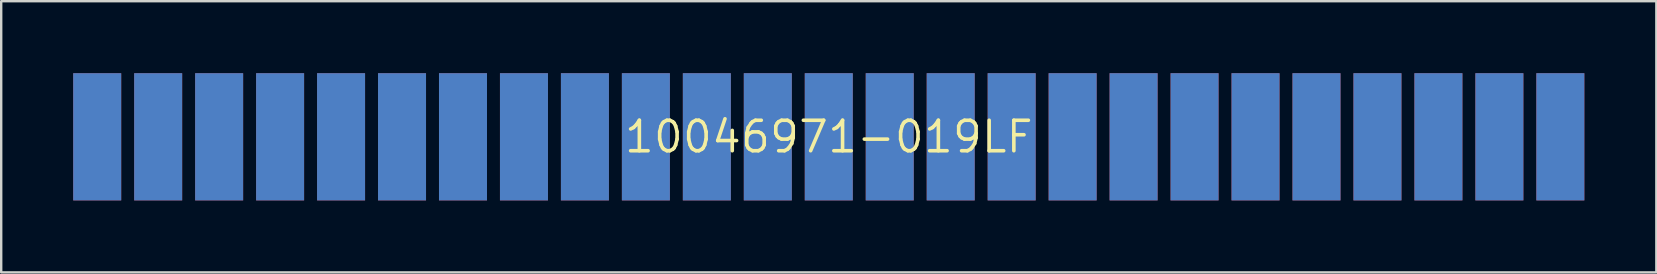
<source format=kicad_pcb>
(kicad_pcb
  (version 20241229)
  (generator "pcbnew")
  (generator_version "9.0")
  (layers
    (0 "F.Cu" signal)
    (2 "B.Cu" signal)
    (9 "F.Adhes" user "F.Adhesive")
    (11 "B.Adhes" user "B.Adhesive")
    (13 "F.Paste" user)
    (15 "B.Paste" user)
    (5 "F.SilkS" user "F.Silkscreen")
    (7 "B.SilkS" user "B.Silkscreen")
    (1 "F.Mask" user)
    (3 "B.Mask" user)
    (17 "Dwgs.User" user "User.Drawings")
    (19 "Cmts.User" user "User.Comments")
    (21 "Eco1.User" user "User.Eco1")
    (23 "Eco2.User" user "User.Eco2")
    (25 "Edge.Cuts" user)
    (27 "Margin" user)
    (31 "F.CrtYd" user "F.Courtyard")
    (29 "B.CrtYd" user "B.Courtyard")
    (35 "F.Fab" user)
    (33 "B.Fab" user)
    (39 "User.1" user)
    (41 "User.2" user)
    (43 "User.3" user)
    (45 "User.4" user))
  (footprint "10046971-019LF"
    (layer "F.Cu")
    (at 31.48 2.65)
    (property "Reference" "10046971-019LF" (at 0 0 0) (layer "F.SilkS") (effects (font (size 1.27 1.27) (thickness 0.15))))
    (attr through_hole)
    (pad "P$1" smd rect (at -30.48 0) (size 2 5.3) (layers "F.Cu" "F.Mask" "F.Paste"))
    (pad "P$2" smd rect (at -27.94 0) (size 2 5.3) (layers "F.Cu" "F.Mask" "F.Paste"))
    (pad "P$3" smd rect (at -25.4 0) (size 2 5.3) (layers "F.Cu" "F.Mask" "F.Paste"))
    (pad "P$4" smd rect (at -22.86 0) (size 2 5.3) (layers "F.Cu" "F.Mask" "F.Paste"))
    (pad "P$5" smd rect (at -20.32 0) (size 2 5.3) (layers "F.Cu" "F.Mask" "F.Paste"))
    (pad "P$6" smd rect (at -17.78 0) (size 2 5.3) (layers "F.Cu" "F.Mask" "F.Paste"))
    (pad "P$7" smd rect (at -15.24 0) (size 2 5.3) (layers "F.Cu" "F.Mask" "F.Paste"))
    (pad "P$8" smd rect (at -12.7 0) (size 2 5.3) (layers "F.Cu" "F.Mask" "F.Paste"))
    (pad "P$9" smd rect (at -10.16 0) (size 2 5.3) (layers "F.Cu" "F.Mask" "F.Paste"))
    (pad "P$10" smd rect (at -7.62 0) (size 2 5.3) (layers "F.Cu" "F.Mask" "F.Paste"))
    (pad "P$11" smd rect (at -5.08 0) (size 2 5.3) (layers "F.Cu" "F.Mask" "F.Paste"))
    (pad "P$12" smd rect (at -2.54 0) (size 2 5.3) (layers "F.Cu" "F.Mask" "F.Paste"))
    (pad "P$13" smd rect (at 0 0) (size 2 5.3) (layers "F.Cu" "F.Mask" "F.Paste"))
    (pad "P$14" smd rect (at 2.54 0) (size 2 5.3) (layers "F.Cu" "F.Mask" "F.Paste"))
    (pad "P$15" smd rect (at 5.08 0) (size 2 5.3) (layers "F.Cu" "F.Mask" "F.Paste"))
    (pad "P$16" smd rect (at 7.62 0) (size 2 5.3) (layers "F.Cu" "F.Mask" "F.Paste"))
    (pad "P$17" smd rect (at 10.16 0) (size 2 5.3) (layers "F.Cu" "F.Mask" "F.Paste"))
    (pad "P$18" smd rect (at 12.7 0) (size 2 5.3) (layers "F.Cu" "F.Mask" "F.Paste"))
    (pad "P$19" smd rect (at 15.24 0) (size 2 5.3) (layers "F.Cu" "F.Mask" "F.Paste"))
    (pad "P$20" smd rect (at 17.78 0) (size 2 5.3) (layers "F.Cu" "F.Mask" "F.Paste"))
    (pad "P$21" smd rect (at 20.32 0) (size 2 5.3) (layers "F.Cu" "F.Mask" "F.Paste"))
    (pad "P$22" smd rect (at 22.86 0) (size 2 5.3) (layers "F.Cu" "F.Mask" "F.Paste"))
    (pad "P$23" smd rect (at 25.4 0) (size 2 5.3) (layers "F.Cu" "F.Mask" "F.Paste"))
    (pad "P$24" smd rect (at 27.94 0) (size 2 5.3) (layers "F.Cu" "F.Mask" "F.Paste"))
    (pad "P$25" smd rect (at 30.48 0) (size 2 5.3) (layers "F.Cu" "F.Mask" "F.Paste"))
    (pad "P$26" smd rect (at 30.48 0) (size 2 5.3) (layers "B.Cu" "B.Mask" "B.Paste"))
    (pad "P$27" smd rect (at 27.94 0) (size 2 5.3) (layers "B.Cu" "B.Mask" "B.Paste"))
    (pad "P$28" smd rect (at 25.4 0) (size 2 5.3) (layers "B.Cu" "B.Mask" "B.Paste"))
    (pad "P$29" smd rect (at 22.86 0) (size 2 5.3) (layers "B.Cu" "B.Mask" "B.Paste"))
    (pad "P$30" smd rect (at 20.32 0) (size 2 5.3) (layers "B.Cu" "B.Mask" "B.Paste"))
    (pad "P$31" smd rect (at 17.78 0) (size 2 5.3) (layers "B.Cu" "B.Mask" "B.Paste"))
    (pad "P$32" smd rect (at 15.24 0) (size 2 5.3) (layers "B.Cu" "B.Mask" "B.Paste"))
    (pad "P$33" smd rect (at 12.7 0) (size 2 5.3) (layers "B.Cu" "B.Mask" "B.Paste"))
    (pad "P$34" smd rect (at 10.16 0) (size 2 5.3) (layers "B.Cu" "B.Mask" "B.Paste"))
    (pad "P$35" smd rect (at 7.62 0) (size 2 5.3) (layers "B.Cu" "B.Mask" "B.Paste"))
    (pad "P$36" smd rect (at 5.08 0) (size 2 5.3) (layers "B.Cu" "B.Mask" "B.Paste"))
    (pad "P$37" smd rect (at 2.54 0) (size 2 5.3) (layers "B.Cu" "B.Mask" "B.Paste"))
    (pad "P$38" smd rect (at 0 0) (size 2 5.3) (layers "B.Cu" "B.Mask" "B.Paste"))
    (pad "P$39" smd rect (at -2.54 0) (size 2 5.3) (layers "B.Cu" "B.Mask" "B.Paste"))
    (pad "P$40" smd rect (at -5.08 0) (size 2 5.3) (layers "B.Cu" "B.Mask" "B.Paste"))
    (pad "P$41" smd rect (at -7.62 0) (size 2 5.3) (layers "B.Cu" "B.Mask" "B.Paste"))
    (pad "P$42" smd rect (at -10.16 0) (size 2 5.3) (layers "B.Cu" "B.Mask" "B.Paste"))
    (pad "P$43" smd rect (at -12.7 0) (size 2 5.3) (layers "B.Cu" "B.Mask" "B.Paste"))
    (pad "P$44" smd rect (at -15.24 0) (size 2 5.3) (layers "B.Cu" "B.Mask" "B.Paste"))
    (pad "P$45" smd rect (at -17.78 0) (size 2 5.3) (layers "B.Cu" "B.Mask" "B.Paste"))
    (pad "P$46" smd rect (at -20.32 0) (size 2 5.3) (layers "B.Cu" "B.Mask" "B.Paste"))
    (pad "P$47" smd rect (at -22.86 0) (size 2 5.3) (layers "B.Cu" "B.Mask" "B.Paste"))
    (pad "P$48" smd rect (at -25.4 0) (size 2 5.3) (layers "B.Cu" "B.Mask" "B.Paste"))
    (pad "P$49" smd rect (at -27.94 0) (size 2 5.3) (layers "B.Cu" "B.Mask" "B.Paste"))
    (pad "P$50" smd rect (at -30.48 0) (size 2 5.3) (layers "B.Cu" "B.Mask" "B.Paste")))
  (gr_rect
    (start -3 -3)
    (end 65.96 8.3)
    (stroke (width 0.1) (type default))
    (fill no)
    (layer "Edge.Cuts")))
</source>
